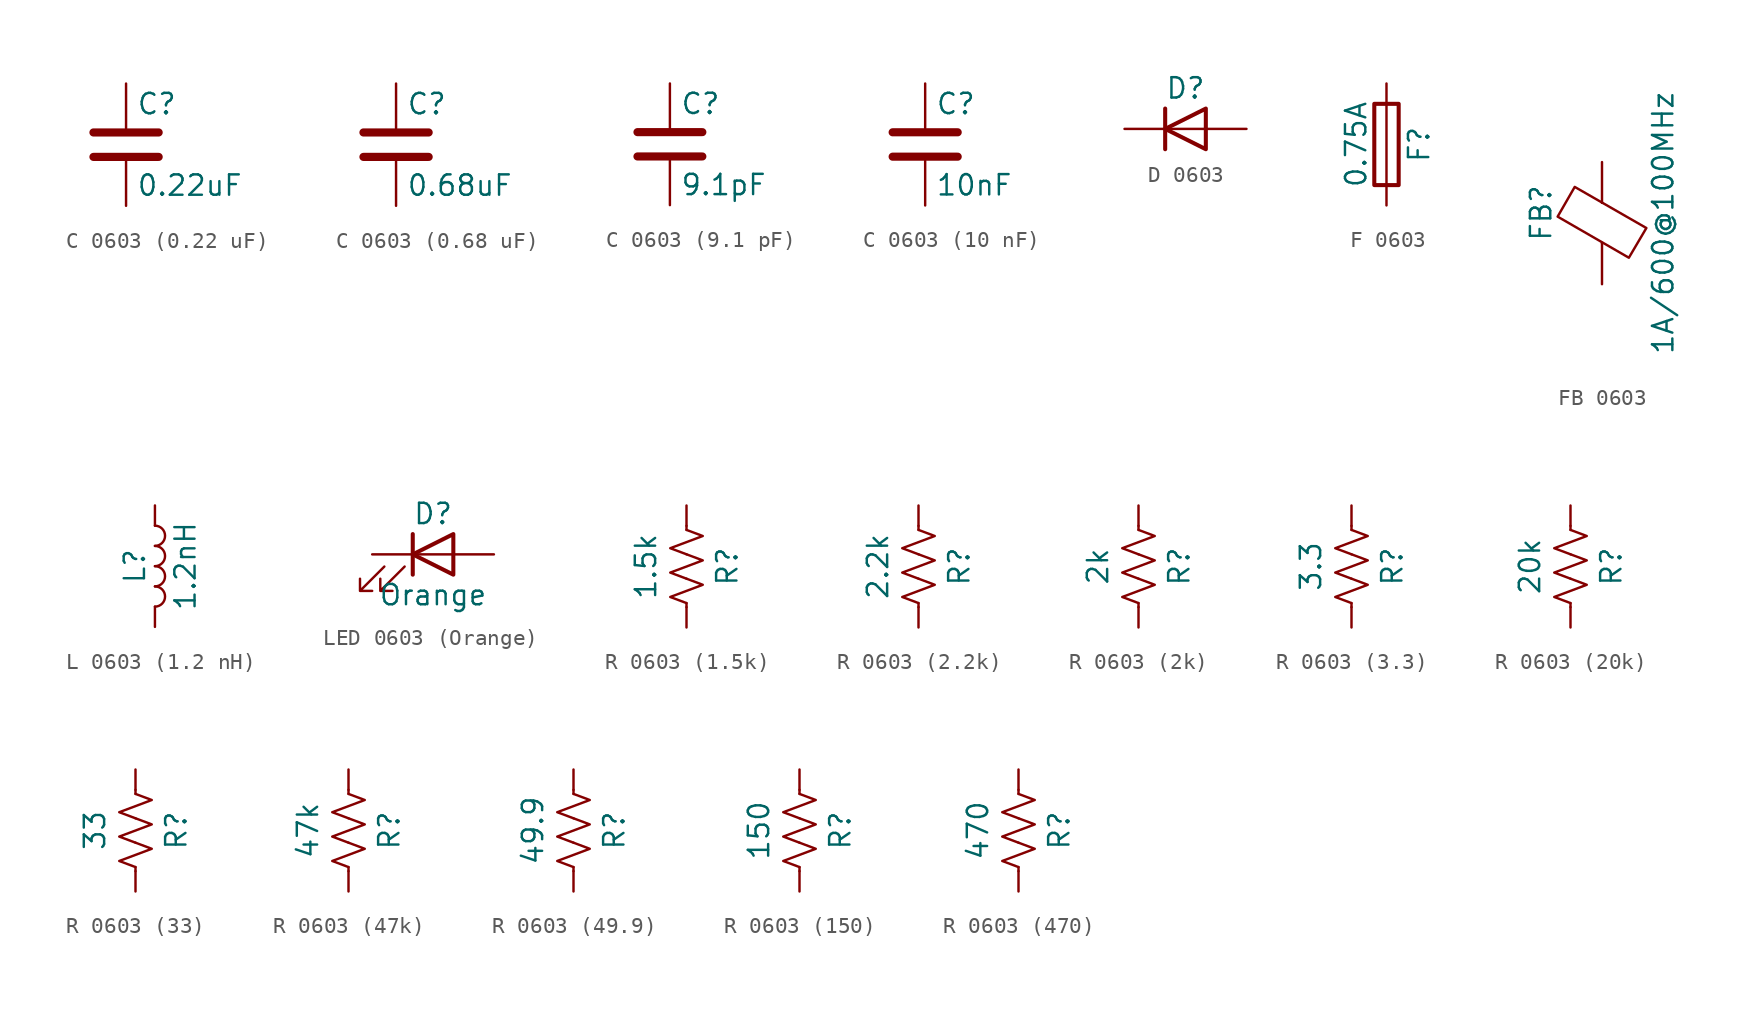
<source format=kicad_sym>
(kicad_symbol_lib
  (version 20231120)
  (generator "kicad_symbol_editor")
  (generator_version "8.0")
  (symbol "C 0603 (0.22 uF)"
    (pin_numbers hide)
    (pin_names
      (offset 0.254))
    (property "Reference" "C"
      (at 0.635 2.54 0)
      (effects (font (size 1.27 1.27)) (justify left)))
    (property "Value" "0.22uF"
      (at 0.635 -2.54 0)
      (effects (font (size 1.27 1.27)) (justify left)))
    (symbol "C 0603 (0.22 uF)_0_1"
      (polyline (pts (xy -2.032 -0.762) (xy 2.032 -0.762)) (stroke (width 0.508) (type default)) (fill (type none)))
      (polyline (pts (xy -2.032 0.762) (xy 2.032 0.762)) (stroke (width 0.508) (type default)) (fill (type none))))
    (symbol "C 0603 (0.22 uF)_1_1"
      (pin passive line (at 0 3.81 270) (length 2.794) (name "~" (effects (font (size 1.27 1.27)))) (number "1" (effects (font (size 1.27 1.27)))))
      (pin passive line (at 0 -3.81 90) (length 2.794) (name "~" (effects (font (size 1.27 1.27)))) (number "2" (effects (font (size 1.27 1.27)))))))
  (symbol "C 0603 (0.68 uF)"
    (pin_numbers hide)
    (pin_names
      (offset 0.254))
    (property "Reference" "C"
      (at 0.635 2.54 0)
      (effects (font (size 1.27 1.27)) (justify left)))
    (property "Value" "0.68uF"
      (at 0.635 -2.54 0)
      (effects (font (size 1.27 1.27)) (justify left)))
    (symbol "C 0603 (0.68 uF)_0_1"
      (polyline (pts (xy -2.032 -0.762) (xy 2.032 -0.762)) (stroke (width 0.508) (type default)) (fill (type none)))
      (polyline (pts (xy -2.032 0.762) (xy 2.032 0.762)) (stroke (width 0.508) (type default)) (fill (type none))))
    (symbol "C 0603 (0.68 uF)_1_1"
      (pin passive line (at 0 3.81 270) (length 2.794) (name "~" (effects (font (size 1.27 1.27)))) (number "1" (effects (font (size 1.27 1.27)))))
      (pin passive line (at 0 -3.81 90) (length 2.794) (name "~" (effects (font (size 1.27 1.27)))) (number "2" (effects (font (size 1.27 1.27)))))))
  (symbol "C 0603 (9.1 pF)"
    (pin_numbers hide)
    (pin_names
      (offset 0.254))
    (property "Reference" "C"
      (at 0.635 2.54 0)
      (effects (font (size 1.27 1.27)) (justify left)))
    (property "Value" "9.1pF"
      (at 0.635 -2.54 0)
      (effects (font (size 1.27 1.27)) (justify left)))
    (symbol "C 0603 (9.1 pF)_0_1"
      (polyline (pts (xy -2.032 -0.762) (xy 2.032 -0.762)) (stroke (width 0.508) (type default)) (fill (type none)))
      (polyline (pts (xy -2.032 0.762) (xy 2.032 0.762)) (stroke (width 0.508) (type default)) (fill (type none))))
    (symbol "C 0603 (9.1 pF)_1_1"
      (pin passive line (at 0 3.81 270) (length 2.794) (name "~" (effects (font (size 1.27 1.27)))) (number "1" (effects (font (size 1.27 1.27)))))
      (pin passive line (at 0 -3.81 90) (length 2.794) (name "~" (effects (font (size 1.27 1.27)))) (number "2" (effects (font (size 1.27 1.27)))))))
  (symbol "C 0603 (10 nF)"
    (pin_numbers hide)
    (pin_names
      (offset 0.254))
    (property "Reference" "C"
      (at 0.635 2.54 0)
      (effects (font (size 1.27 1.27)) (justify left)))
    (property "Value" "10nF"
      (at 0.635 -2.54 0)
      (effects (font (size 1.27 1.27)) (justify left)))
    (symbol "C 0603 (10 nF)_0_1"
      (polyline (pts (xy -2.032 -0.762) (xy 2.032 -0.762)) (stroke (width 0.508) (type default)) (fill (type none)))
      (polyline (pts (xy -2.032 0.762) (xy 2.032 0.762)) (stroke (width 0.508) (type default)) (fill (type none))))
    (symbol "C 0603 (10 nF)_1_1"
      (pin passive line (at 0 3.81 270) (length 2.794) (name "~" (effects (font (size 1.27 1.27)))) (number "1" (effects (font (size 1.27 1.27)))))
      (pin passive line (at 0 -3.81 90) (length 2.794) (name "~" (effects (font (size 1.27 1.27)))) (number "2" (effects (font (size 1.27 1.27)))))))
  (symbol "D 0603"
    (pin_numbers hide)
    (pin_names
      (offset 1.016) hide)
    (property "Reference" "D"
      (at 0 2.54 0)
      (effects (font (size 1.27 1.27))))
    (symbol "D 0603_0_1"
      (polyline (pts (xy -1.27 1.27) (xy -1.27 -1.27)) (stroke (width 0.254) (type default)) (fill (type none)))
      (polyline (pts (xy 1.27 0) (xy -1.27 0)) (stroke (width 0) (type default)) (fill (type none)))
      (polyline (pts (xy 1.27 1.27) (xy 1.27 -1.27) (xy -1.27 0) (xy 1.27 1.27)) (stroke (width 0.254) (type default)) (fill (type none))))
    (symbol "D 0603_1_1"
      (pin passive line (at -3.81 0 0) (length 2.54) (name "K" (effects (font (size 1.27 1.27)))) (number "1" (effects (font (size 1.27 1.27)))))
      (pin passive line (at 3.81 0 180) (length 2.54) (name "A" (effects (font (size 1.27 1.27)))) (number "2" (effects (font (size 1.27 1.27)))))))
  (symbol "F 0603"
    (pin_numbers hide)
    (pin_names
      (offset 0))
    (property "Reference" "F"
      (at 2.032 0 90)
      (effects (font (size 1.27 1.27))))
    (property "Value" "0.75A"
      (at -1.905 0 90)
      (effects (font (size 1.27 1.27))))
    (symbol "F 0603_0_1"
      (rectangle (start -0.762 -2.54) (end 0.762 2.54) (stroke (width 0.254) (type default)) (fill (type none)))
      (polyline (pts (xy 0 2.54) (xy 0 -2.54)) (stroke (width 0) (type default)) (fill (type none))))
    (symbol "F 0603_1_1"
      (pin passive line (at 0 3.81 270) (length 1.27) (name "~" (effects (font (size 1.27 1.27)))) (number "1" (effects (font (size 1.27 1.27)))))
      (pin passive line (at 0 -3.81 90) (length 1.27) (name "~" (effects (font (size 1.27 1.27)))) (number "2" (effects (font (size 1.27 1.27)))))))
  (symbol "FB 0603"
    (pin_numbers hide)
    (pin_names
      (offset 0))
    (property "Reference" "FB"
      (at -3.81 0.635 90)
      (effects (font (size 1.27 1.27))))
    (property "Value" "1A/600@100MHz"
      (at 3.81 0 90)
      (effects (font (size 1.27 1.27))))
    (symbol "FB 0603_0_1"
      (polyline (pts (xy 0 -1.27) (xy 0 -1.219)) (stroke (width 0) (type default)) (fill (type none)))
      (polyline (pts (xy 0 1.27) (xy 0 1.295)) (stroke (width 0) (type default)) (fill (type none)))
      (polyline (pts (xy -2.769 0.406) (xy -1.702 2.261) (xy 2.769 -0.305) (xy 1.676 -2.159) (xy -2.769 0.406)) (stroke (width 0) (type default)) (fill (type none))))
    (symbol "FB 0603_1_1"
      (pin passive line (at 0 3.81 270) (length 2.54) (name "~" (effects (font (size 1.27 1.27)))) (number "1" (effects (font (size 1.27 1.27)))))
      (pin passive line (at 0 -3.81 90) (length 2.54) (name "~" (effects (font (size 1.27 1.27)))) (number "2" (effects (font (size 1.27 1.27)))))))
  (symbol "L 0603 (1.2 nH)"
    (pin_numbers hide)
    (pin_names
      (offset 1.016) hide)
    (property "Reference" "L"
      (at -1.27 0 90)
      (effects (font (size 1.27 1.27))))
    (property "Value" "1.2nH"
      (at 1.905 0 90)
      (effects (font (size 1.27 1.27))))
    (symbol "L 0603 (1.2 nH)_0_1"
      (arc (start 0 -2.54) (mid 0.6323 -1.905) (end 0 -1.27) (stroke (width 0) (type default)) (fill (type none)))
      (arc (start 0 -1.27) (mid 0.6323 -0.635) (end 0 0) (stroke (width 0) (type default)) (fill (type none)))
      (arc (start 0 0) (mid 0.6323 0.635) (end 0 1.27) (stroke (width 0) (type default)) (fill (type none)))
      (arc (start 0 1.27) (mid 0.6323 1.905) (end 0 2.54) (stroke (width 0) (type default)) (fill (type none))))
    (symbol "L 0603 (1.2 nH)_1_1"
      (pin passive line (at 0 3.81 270) (length 1.27) (name "1" (effects (font (size 1.27 1.27)))) (number "1" (effects (font (size 1.27 1.27)))))
      (pin passive line (at 0 -3.81 90) (length 1.27) (name "2" (effects (font (size 1.27 1.27)))) (number "2" (effects (font (size 1.27 1.27)))))))
  (symbol "LED 0603 (Orange)"
    (pin_numbers hide)
    (pin_names
      (offset 1.016) hide)
    (property "Reference" "D"
      (at 0 2.54 0)
      (effects (font (size 1.27 1.27))))
    (property "Value" "Orange"
      (at 0 -2.54 0)
      (effects (font (size 1.27 1.27))))
    (symbol "LED 0603 (Orange)_0_1"
      (polyline (pts (xy -1.27 -1.27) (xy -1.27 1.27)) (stroke (width 0.254) (type default)) (fill (type none)))
      (polyline (pts (xy -1.27 0) (xy 1.27 0)) (stroke (width 0) (type default)) (fill (type none)))
      (polyline (pts (xy 1.27 -1.27) (xy 1.27 1.27) (xy -1.27 0) (xy 1.27 -1.27)) (stroke (width 0.254) (type default)) (fill (type none)))
      (polyline (pts (xy -3.048 -0.762) (xy -4.572 -2.286) (xy -3.81 -2.286) (xy -4.572 -2.286) (xy -4.572 -1.524)) (stroke (width 0) (type default)) (fill (type none)))
      (polyline (pts (xy -1.778 -0.762) (xy -3.302 -2.286) (xy -2.54 -2.286) (xy -3.302 -2.286) (xy -3.302 -1.524)) (stroke (width 0) (type default)) (fill (type none))))
    (symbol "LED 0603 (Orange)_1_1"
      (pin passive line (at -3.81 0 0) (length 2.54) (name "K" (effects (font (size 1.27 1.27)))) (number "1" (effects (font (size 1.27 1.27)))))
      (pin passive line (at 3.81 0 180) (length 2.54) (name "A" (effects (font (size 1.27 1.27)))) (number "2" (effects (font (size 1.27 1.27)))))))
  (symbol "R 0603 (1.5k)"
    (pin_numbers hide)
    (pin_names
      (offset 0))
    (property "Reference" "R"
      (at 2.54 0 90)
      (effects (font (size 1.27 1.27))))
    (property "Value" "1.5k"
      (at -2.54 0 90)
      (effects (font (size 1.27 1.27))))
    (symbol "R 0603 (1.5k)_0_1"
      (polyline (pts (xy 0 -2.286) (xy 0 -2.54)) (stroke (width 0) (type default)) (fill (type none)))
      (polyline (pts (xy 0 2.286) (xy 0 2.54)) (stroke (width 0) (type default)) (fill (type none)))
      (polyline (pts (xy 0 -0.762) (xy 1.016 -1.143) (xy 0 -1.524) (xy -1.016 -1.905) (xy 0 -2.286)) (stroke (width 0) (type default)) (fill (type none)))
      (polyline (pts (xy 0 0.762) (xy 1.016 0.381) (xy 0 0) (xy -1.016 -0.381) (xy 0 -0.762)) (stroke (width 0) (type default)) (fill (type none)))
      (polyline (pts (xy 0 2.286) (xy 1.016 1.905) (xy 0 1.524) (xy -1.016 1.143) (xy 0 0.762)) (stroke (width 0) (type default)) (fill (type none))))
    (symbol "R 0603 (1.5k)_1_1"
      (pin passive line (at 0 3.81 270) (length 1.27) (name "~" (effects (font (size 1.27 1.27)))) (number "1" (effects (font (size 1.27 1.27)))))
      (pin passive line (at 0 -3.81 90) (length 1.27) (name "~" (effects (font (size 1.27 1.27)))) (number "2" (effects (font (size 1.27 1.27)))))))
  (symbol "R 0603 (2.2k)"
    (pin_numbers hide)
    (pin_names
      (offset 0))
    (property "Reference" "R"
      (at 2.54 0 90)
      (effects (font (size 1.27 1.27))))
    (property "Value" "2.2k"
      (at -2.54 0 90)
      (effects (font (size 1.27 1.27))))
    (symbol "R 0603 (2.2k)_0_1"
      (polyline (pts (xy 0 -2.286) (xy 0 -2.54)) (stroke (width 0) (type default)) (fill (type none)))
      (polyline (pts (xy 0 2.286) (xy 0 2.54)) (stroke (width 0) (type default)) (fill (type none)))
      (polyline (pts (xy 0 -0.762) (xy 1.016 -1.143) (xy 0 -1.524) (xy -1.016 -1.905) (xy 0 -2.286)) (stroke (width 0) (type default)) (fill (type none)))
      (polyline (pts (xy 0 0.762) (xy 1.016 0.381) (xy 0 0) (xy -1.016 -0.381) (xy 0 -0.762)) (stroke (width 0) (type default)) (fill (type none)))
      (polyline (pts (xy 0 2.286) (xy 1.016 1.905) (xy 0 1.524) (xy -1.016 1.143) (xy 0 0.762)) (stroke (width 0) (type default)) (fill (type none))))
    (symbol "R 0603 (2.2k)_1_1"
      (pin passive line (at 0 3.81 270) (length 1.27) (name "~" (effects (font (size 1.27 1.27)))) (number "1" (effects (font (size 1.27 1.27)))))
      (pin passive line (at 0 -3.81 90) (length 1.27) (name "~" (effects (font (size 1.27 1.27)))) (number "2" (effects (font (size 1.27 1.27)))))))
  (symbol "R 0603 (2k)"
    (pin_numbers hide)
    (pin_names
      (offset 0))
    (property "Reference" "R"
      (at 2.54 0 90)
      (effects (font (size 1.27 1.27))))
    (property "Value" "2k"
      (at -2.54 0 90)
      (effects (font (size 1.27 1.27))))
    (symbol "R 0603 (2k)_0_1"
      (polyline (pts (xy 0 -2.286) (xy 0 -2.54)) (stroke (width 0) (type default)) (fill (type none)))
      (polyline (pts (xy 0 2.286) (xy 0 2.54)) (stroke (width 0) (type default)) (fill (type none)))
      (polyline (pts (xy 0 -0.762) (xy 1.016 -1.143) (xy 0 -1.524) (xy -1.016 -1.905) (xy 0 -2.286)) (stroke (width 0) (type default)) (fill (type none)))
      (polyline (pts (xy 0 0.762) (xy 1.016 0.381) (xy 0 0) (xy -1.016 -0.381) (xy 0 -0.762)) (stroke (width 0) (type default)) (fill (type none)))
      (polyline (pts (xy 0 2.286) (xy 1.016 1.905) (xy 0 1.524) (xy -1.016 1.143) (xy 0 0.762)) (stroke (width 0) (type default)) (fill (type none))))
    (symbol "R 0603 (2k)_1_1"
      (pin passive line (at 0 3.81 270) (length 1.27) (name "~" (effects (font (size 1.27 1.27)))) (number "1" (effects (font (size 1.27 1.27)))))
      (pin passive line (at 0 -3.81 90) (length 1.27) (name "~" (effects (font (size 1.27 1.27)))) (number "2" (effects (font (size 1.27 1.27)))))))
  (symbol "R 0603 (3.3)"
    (pin_numbers hide)
    (pin_names
      (offset 0))
    (property "Reference" "R"
      (at 2.54 0 90)
      (effects (font (size 1.27 1.27))))
    (property "Value" "3.3"
      (at -2.54 0 90)
      (effects (font (size 1.27 1.27))))
    (symbol "R 0603 (3.3)_0_1"
      (polyline (pts (xy 0 -2.286) (xy 0 -2.54)) (stroke (width 0) (type default)) (fill (type none)))
      (polyline (pts (xy 0 2.286) (xy 0 2.54)) (stroke (width 0) (type default)) (fill (type none)))
      (polyline (pts (xy 0 -0.762) (xy 1.016 -1.143) (xy 0 -1.524) (xy -1.016 -1.905) (xy 0 -2.286)) (stroke (width 0) (type default)) (fill (type none)))
      (polyline (pts (xy 0 0.762) (xy 1.016 0.381) (xy 0 0) (xy -1.016 -0.381) (xy 0 -0.762)) (stroke (width 0) (type default)) (fill (type none)))
      (polyline (pts (xy 0 2.286) (xy 1.016 1.905) (xy 0 1.524) (xy -1.016 1.143) (xy 0 0.762)) (stroke (width 0) (type default)) (fill (type none))))
    (symbol "R 0603 (3.3)_1_1"
      (pin passive line (at 0 3.81 270) (length 1.27) (name "~" (effects (font (size 1.27 1.27)))) (number "1" (effects (font (size 1.27 1.27)))))
      (pin passive line (at 0 -3.81 90) (length 1.27) (name "~" (effects (font (size 1.27 1.27)))) (number "2" (effects (font (size 1.27 1.27)))))))
  (symbol "R 0603 (20k)"
    (pin_numbers hide)
    (pin_names
      (offset 0))
    (property "Reference" "R"
      (at 2.54 0 90)
      (effects (font (size 1.27 1.27))))
    (property "Value" "20k"
      (at -2.54 0 90)
      (effects (font (size 1.27 1.27))))
    (symbol "R 0603 (20k)_0_1"
      (polyline (pts (xy 0 -2.286) (xy 0 -2.54)) (stroke (width 0) (type default)) (fill (type none)))
      (polyline (pts (xy 0 2.286) (xy 0 2.54)) (stroke (width 0) (type default)) (fill (type none)))
      (polyline (pts (xy 0 -0.762) (xy 1.016 -1.143) (xy 0 -1.524) (xy -1.016 -1.905) (xy 0 -2.286)) (stroke (width 0) (type default)) (fill (type none)))
      (polyline (pts (xy 0 0.762) (xy 1.016 0.381) (xy 0 0) (xy -1.016 -0.381) (xy 0 -0.762)) (stroke (width 0) (type default)) (fill (type none)))
      (polyline (pts (xy 0 2.286) (xy 1.016 1.905) (xy 0 1.524) (xy -1.016 1.143) (xy 0 0.762)) (stroke (width 0) (type default)) (fill (type none))))
    (symbol "R 0603 (20k)_1_1"
      (pin passive line (at 0 3.81 270) (length 1.27) (name "~" (effects (font (size 1.27 1.27)))) (number "1" (effects (font (size 1.27 1.27)))))
      (pin passive line (at 0 -3.81 90) (length 1.27) (name "~" (effects (font (size 1.27 1.27)))) (number "2" (effects (font (size 1.27 1.27)))))))
  (symbol "R 0603 (33)"
    (pin_numbers hide)
    (pin_names
      (offset 0))
    (property "Reference" "R"
      (at 2.54 0 90)
      (effects (font (size 1.27 1.27))))
    (property "Value" "33"
      (at -2.54 0 90)
      (effects (font (size 1.27 1.27))))
    (symbol "R 0603 (33)_0_1"
      (polyline (pts (xy 0 -2.286) (xy 0 -2.54)) (stroke (width 0) (type default)) (fill (type none)))
      (polyline (pts (xy 0 2.286) (xy 0 2.54)) (stroke (width 0) (type default)) (fill (type none)))
      (polyline (pts (xy 0 -0.762) (xy 1.016 -1.143) (xy 0 -1.524) (xy -1.016 -1.905) (xy 0 -2.286)) (stroke (width 0) (type default)) (fill (type none)))
      (polyline (pts (xy 0 0.762) (xy 1.016 0.381) (xy 0 0) (xy -1.016 -0.381) (xy 0 -0.762)) (stroke (width 0) (type default)) (fill (type none)))
      (polyline (pts (xy 0 2.286) (xy 1.016 1.905) (xy 0 1.524) (xy -1.016 1.143) (xy 0 0.762)) (stroke (width 0) (type default)) (fill (type none))))
    (symbol "R 0603 (33)_1_1"
      (pin passive line (at 0 3.81 270) (length 1.27) (name "~" (effects (font (size 1.27 1.27)))) (number "1" (effects (font (size 1.27 1.27)))))
      (pin passive line (at 0 -3.81 90) (length 1.27) (name "~" (effects (font (size 1.27 1.27)))) (number "2" (effects (font (size 1.27 1.27)))))))
  (symbol "R 0603 (47k)"
    (pin_numbers hide)
    (pin_names
      (offset 0))
    (property "Reference" "R"
      (at 2.54 0 90)
      (effects (font (size 1.27 1.27))))
    (property "Value" "47k"
      (at -2.54 0 90)
      (effects (font (size 1.27 1.27))))
    (symbol "R 0603 (47k)_0_1"
      (polyline (pts (xy 0 -2.286) (xy 0 -2.54)) (stroke (width 0) (type default)) (fill (type none)))
      (polyline (pts (xy 0 2.286) (xy 0 2.54)) (stroke (width 0) (type default)) (fill (type none)))
      (polyline (pts (xy 0 -0.762) (xy 1.016 -1.143) (xy 0 -1.524) (xy -1.016 -1.905) (xy 0 -2.286)) (stroke (width 0) (type default)) (fill (type none)))
      (polyline (pts (xy 0 0.762) (xy 1.016 0.381) (xy 0 0) (xy -1.016 -0.381) (xy 0 -0.762)) (stroke (width 0) (type default)) (fill (type none)))
      (polyline (pts (xy 0 2.286) (xy 1.016 1.905) (xy 0 1.524) (xy -1.016 1.143) (xy 0 0.762)) (stroke (width 0) (type default)) (fill (type none))))
    (symbol "R 0603 (47k)_1_1"
      (pin passive line (at 0 3.81 270) (length 1.27) (name "~" (effects (font (size 1.27 1.27)))) (number "1" (effects (font (size 1.27 1.27)))))
      (pin passive line (at 0 -3.81 90) (length 1.27) (name "~" (effects (font (size 1.27 1.27)))) (number "2" (effects (font (size 1.27 1.27)))))))
  (symbol "R 0603 (49.9)"
    (pin_numbers hide)
    (pin_names
      (offset 0))
    (property "Reference" "R"
      (at 2.54 0 90)
      (effects (font (size 1.27 1.27))))
    (property "Value" "49.9"
      (at -2.54 0 90)
      (effects (font (size 1.27 1.27))))
    (symbol "R 0603 (49.9)_0_1"
      (polyline (pts (xy 0 -2.286) (xy 0 -2.54)) (stroke (width 0) (type default)) (fill (type none)))
      (polyline (pts (xy 0 2.286) (xy 0 2.54)) (stroke (width 0) (type default)) (fill (type none)))
      (polyline (pts (xy 0 -0.762) (xy 1.016 -1.143) (xy 0 -1.524) (xy -1.016 -1.905) (xy 0 -2.286)) (stroke (width 0) (type default)) (fill (type none)))
      (polyline (pts (xy 0 0.762) (xy 1.016 0.381) (xy 0 0) (xy -1.016 -0.381) (xy 0 -0.762)) (stroke (width 0) (type default)) (fill (type none)))
      (polyline (pts (xy 0 2.286) (xy 1.016 1.905) (xy 0 1.524) (xy -1.016 1.143) (xy 0 0.762)) (stroke (width 0) (type default)) (fill (type none))))
    (symbol "R 0603 (49.9)_1_1"
      (pin passive line (at 0 3.81 270) (length 1.27) (name "~" (effects (font (size 1.27 1.27)))) (number "1" (effects (font (size 1.27 1.27)))))
      (pin passive line (at 0 -3.81 90) (length 1.27) (name "~" (effects (font (size 1.27 1.27)))) (number "2" (effects (font (size 1.27 1.27)))))))
  (symbol "R 0603 (150)"
    (pin_numbers hide)
    (pin_names
      (offset 0))
    (property "Reference" "R"
      (at 2.54 0 90)
      (effects (font (size 1.27 1.27))))
    (property "Value" "150"
      (at -2.54 0 90)
      (effects (font (size 1.27 1.27))))
    (symbol "R 0603 (150)_0_1"
      (polyline (pts (xy 0 -2.286) (xy 0 -2.54)) (stroke (width 0) (type default)) (fill (type none)))
      (polyline (pts (xy 0 2.286) (xy 0 2.54)) (stroke (width 0) (type default)) (fill (type none)))
      (polyline (pts (xy 0 -0.762) (xy 1.016 -1.143) (xy 0 -1.524) (xy -1.016 -1.905) (xy 0 -2.286)) (stroke (width 0) (type default)) (fill (type none)))
      (polyline (pts (xy 0 0.762) (xy 1.016 0.381) (xy 0 0) (xy -1.016 -0.381) (xy 0 -0.762)) (stroke (width 0) (type default)) (fill (type none)))
      (polyline (pts (xy 0 2.286) (xy 1.016 1.905) (xy 0 1.524) (xy -1.016 1.143) (xy 0 0.762)) (stroke (width 0) (type default)) (fill (type none))))
    (symbol "R 0603 (150)_1_1"
      (pin passive line (at 0 3.81 270) (length 1.27) (name "~" (effects (font (size 1.27 1.27)))) (number "1" (effects (font (size 1.27 1.27)))))
      (pin passive line (at 0 -3.81 90) (length 1.27) (name "~" (effects (font (size 1.27 1.27)))) (number "2" (effects (font (size 1.27 1.27)))))))
  (symbol "R 0603 (470)"
    (pin_numbers hide)
    (pin_names
      (offset 0))
    (property "Reference" "R"
      (at 2.54 0 90)
      (effects (font (size 1.27 1.27))))
    (property "Value" "470"
      (at -2.54 0 90)
      (effects (font (size 1.27 1.27))))
    (symbol "R 0603 (470)_0_1"
      (polyline (pts (xy 0 -2.286) (xy 0 -2.54)) (stroke (width 0) (type default)) (fill (type none)))
      (polyline (pts (xy 0 2.286) (xy 0 2.54)) (stroke (width 0) (type default)) (fill (type none)))
      (polyline (pts (xy 0 -0.762) (xy 1.016 -1.143) (xy 0 -1.524) (xy -1.016 -1.905) (xy 0 -2.286)) (stroke (width 0) (type default)) (fill (type none)))
      (polyline (pts (xy 0 0.762) (xy 1.016 0.381) (xy 0 0) (xy -1.016 -0.381) (xy 0 -0.762)) (stroke (width 0) (type default)) (fill (type none)))
      (polyline (pts (xy 0 2.286) (xy 1.016 1.905) (xy 0 1.524) (xy -1.016 1.143) (xy 0 0.762)) (stroke (width 0) (type default)) (fill (type none))))
    (symbol "R 0603 (470)_1_1"
      (pin passive line (at 0 3.81 270) (length 1.27) (name "~" (effects (font (size 1.27 1.27)))) (number "1" (effects (font (size 1.27 1.27)))))
      (pin passive line (at 0 -3.81 90) (length 1.27) (name "~" (effects (font (size 1.27 1.27)))) (number "2" (effects (font (size 1.27 1.27))))))))
</source>
